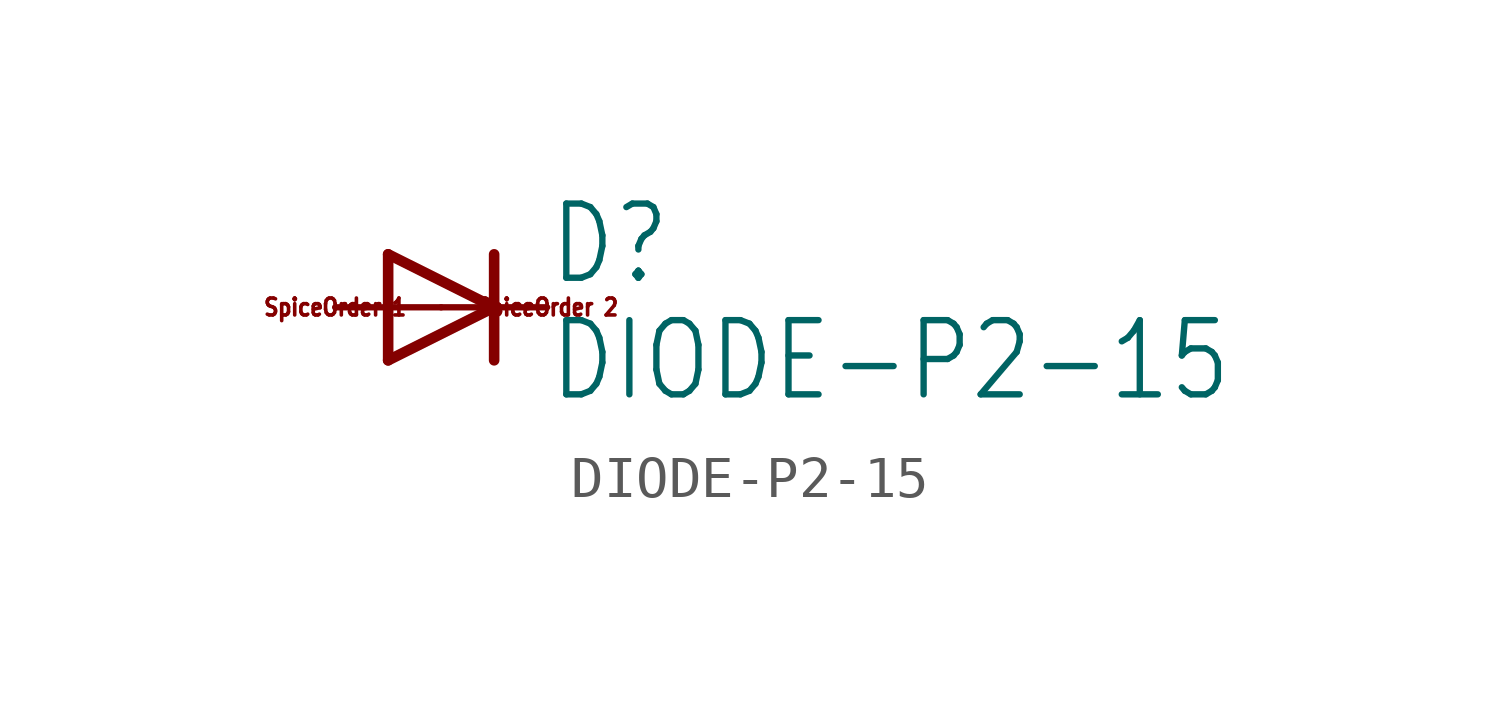
<source format=kicad_sym>
(kicad_symbol_lib
  (version 20211014)
  (generator kicad_symbol_editor)
  (symbol "DIODE-P2-15"
    (property "Reference" "D"
      (at 2.54 0.483 0)
      (effects (font (size 1.778 1.511)) (justify left bottom)))
    (property "Value" "DIODE-P2-15"
      (at 2.54 -2.311 0)
      (effects (font (size 1.778 1.511)) (justify left bottom)))
    (property "ki_locked" ""
      (at 0 0 0)
      (effects (font (size 1.27 1.27))))
    (symbol "DIODE-P2-15_1_0"
      (polyline (pts (xy -1.27 -1.27) (xy 1.27 0)) (stroke (width 0.254) (type default) (color 0 0 0 0)) (fill (type none)))
      (polyline (pts (xy -1.27 1.27) (xy -1.27 -1.27)) (stroke (width 0.254) (type default) (color 0 0 0 0)) (fill (type none)))
      (polyline (pts (xy 1.27 0) (xy -1.27 1.27)) (stroke (width 0.254) (type default) (color 0 0 0 0)) (fill (type none)))
      (polyline (pts (xy 1.27 0) (xy 1.27 -1.27)) (stroke (width 0.254) (type default) (color 0 0 0 0)) (fill (type none)))
      (polyline (pts (xy 1.27 1.27) (xy 1.27 0)) (stroke (width 0.254) (type default) (color 0 0 0 0)) (fill (type none)))
      (text "SpiceOrder 1" (at -2.54 0 0) (effects (font (size 0.406 0.345))))
      (text "SpiceOrder 2" (at 2.54 0 0) (effects (font (size 0.406 0.345))))
      (pin passive line (at -2.54 0 0) (length 2.54) (name "A" (effects (font (size 0 0)))) (number "A" (effects (font (size 0 0)))))
      (pin passive line (at 2.54 0 180) (length 2.54) (name "C" (effects (font (size 0 0)))) (number "C" (effects (font (size 0 0))))))))
</source>
